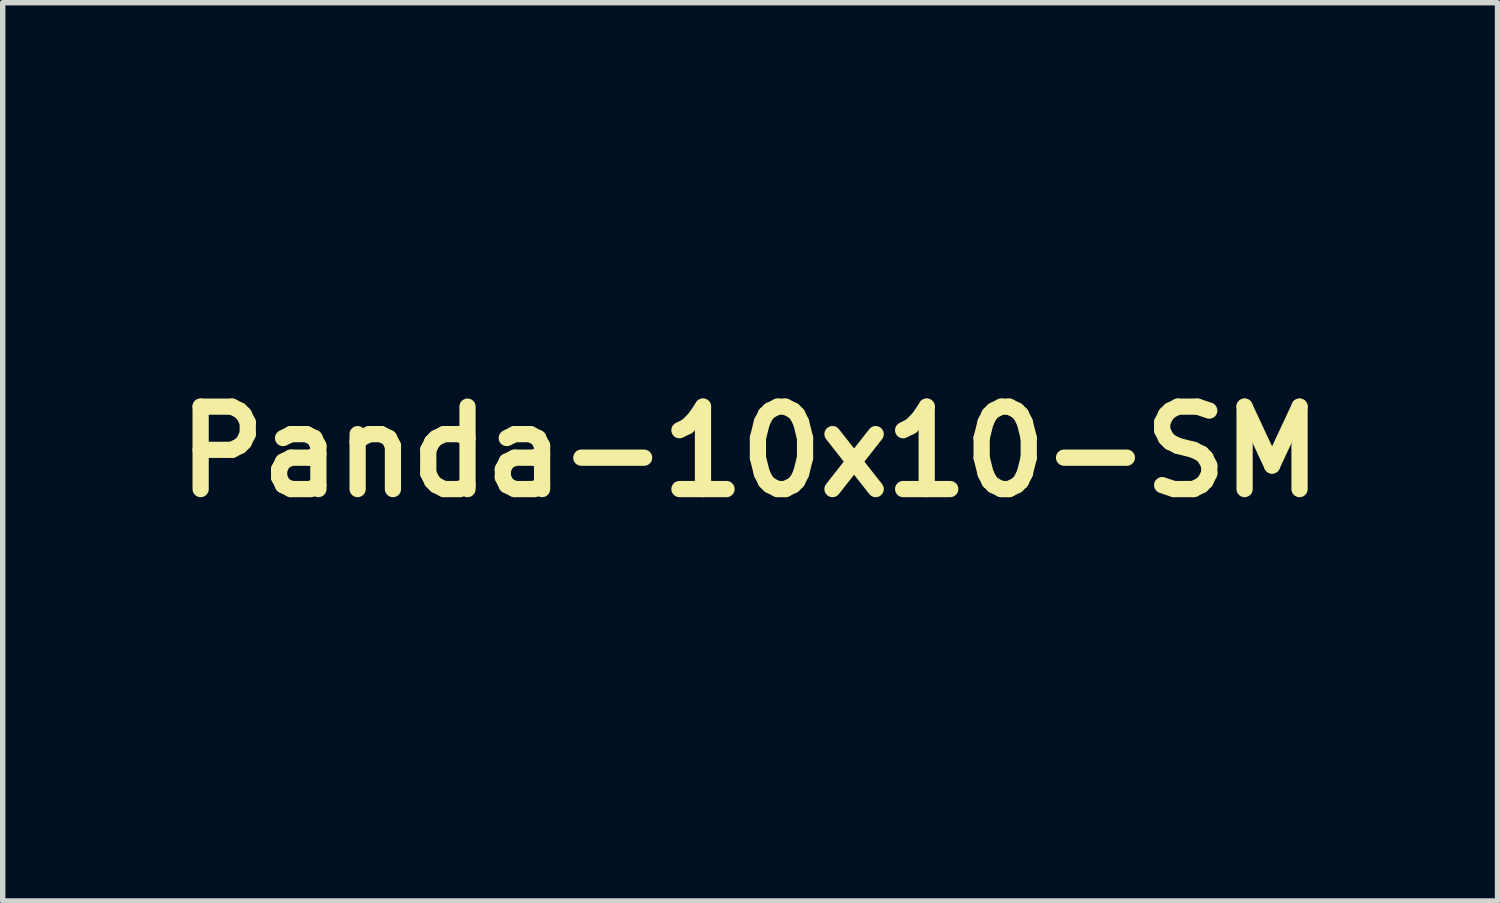
<source format=kicad_pcb>
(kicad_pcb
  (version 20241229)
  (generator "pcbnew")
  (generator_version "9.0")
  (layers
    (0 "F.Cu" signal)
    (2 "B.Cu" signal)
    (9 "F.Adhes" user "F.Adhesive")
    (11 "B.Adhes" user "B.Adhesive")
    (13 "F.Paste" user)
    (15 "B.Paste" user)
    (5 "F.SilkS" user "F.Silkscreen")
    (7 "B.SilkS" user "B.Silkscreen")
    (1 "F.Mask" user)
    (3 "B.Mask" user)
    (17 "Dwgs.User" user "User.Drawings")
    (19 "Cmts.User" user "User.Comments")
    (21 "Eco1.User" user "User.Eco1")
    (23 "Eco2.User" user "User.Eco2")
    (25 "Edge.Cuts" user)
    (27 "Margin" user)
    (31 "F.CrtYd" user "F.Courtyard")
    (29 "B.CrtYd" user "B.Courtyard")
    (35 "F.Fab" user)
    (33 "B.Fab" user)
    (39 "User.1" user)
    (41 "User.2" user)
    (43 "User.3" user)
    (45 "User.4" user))
  (footprint "Panda-10x10-SM"
    (layer "F.Cu")
    (at 10.82 5.304)
    (property "Reference" "Panda-10x10-SM" (at 0 0 0) (layer "F.SilkS") (effects (font (size 1.524 1.524) (thickness 0.3))))
    (attr through_hole)
    (fp_poly (pts (xy 0.514 0.408) (xy 0.6 0.413) (xy 0.684 0.421) (xy 0.766 0.431) (xy 0.844 0.444) (xy 0.918 0.459) (xy 0.987 0.477) (xy 1.049 0.496) (xy 1.105 0.517) (xy 1.152 0.539) (xy 1.191 0.563) (xy 1.219 0.588) (xy 1.224 0.593) (xy 1.243 0.625) (xy 1.253 0.658) (xy 1.254 0.693) (xy 1.246 0.728) (xy 1.23 0.762) (xy 1.206 0.794) (xy 1.176 0.822) (xy 1.141 0.845) (xy 1.099 0.863) (xy 1.072 0.87) (xy 1.049 0.874) (xy 1.028 0.877) (xy 1.014 0.878) (xy 0.986 0.881) (xy 0.95 0.892) (xy 0.906 0.91) (xy 0.855 0.934) (xy 0.795 0.966) (xy 0.728 1.005) (xy 0.726 1.006) (xy 0.686 1.029) (xy 0.654 1.047) (xy 0.63 1.058) (xy 0.615 1.062) (xy 0.6 1.064) (xy 0.59 1.061) (xy 0.581 1.053) (xy 0.575 1.045) (xy 0.563 1.031) (xy 0.548 1.011) (xy 0.532 0.99) (xy 0.529 0.986) (xy 0.5 0.953) (xy 0.464 0.92) (xy 0.421 0.886) (xy 0.369 0.851) (xy 0.308 0.815) (xy 0.246 0.781) (xy 0.201 0.758) (xy 0.166 0.738) (xy 0.137 0.721) (xy 0.114 0.706) (xy 0.095 0.692) (xy 0.078 0.677) (xy 0.068 0.666) (xy 0.044 0.635) (xy 0.03 0.604) (xy 0.028 0.583) (xy 0.031 0.567) (xy 0.04 0.545) (xy 0.053 0.522) (xy 0.069 0.5) (xy 0.077 0.49) (xy 0.099 0.469) (xy 0.125 0.451) (xy 0.157 0.437) (xy 0.194 0.426) (xy 0.238 0.417) (xy 0.291 0.412) (xy 0.352 0.408) (xy 0.423 0.407) (xy 0.428 0.407) (xy 0.514 0.408)) (stroke (width 0.01) (type solid)) (fill yes) (layer "F.Mask"))
    (fp_poly (pts (xy 2.166 -1.544) (xy 2.181 -1.541) (xy 2.252 -1.52) (xy 2.325 -1.49) (xy 2.396 -1.451) (xy 2.466 -1.404) (xy 2.533 -1.351) (xy 2.594 -1.292) (xy 2.611 -1.274) (xy 2.67 -1.199) (xy 2.722 -1.116) (xy 2.765 -1.027) (xy 2.8 -0.931) (xy 2.827 -0.829) (xy 2.844 -0.72) (xy 2.853 -0.606) (xy 2.854 -0.487) (xy 2.849 -0.4) (xy 2.838 -0.306) (xy 2.819 -0.22) (xy 2.793 -0.142) (xy 2.76 -0.071) (xy 2.719 -0.008) (xy 2.67 0.048) (xy 2.613 0.098) (xy 2.579 0.122) (xy 2.513 0.162) (xy 2.448 0.194) (xy 2.385 0.218) (xy 2.323 0.234) (xy 2.266 0.241) (xy 2.213 0.24) (xy 2.185 0.235) (xy 2.149 0.224) (xy 2.109 0.205) (xy 2.067 0.18) (xy 2.025 0.152) (xy 1.987 0.122) (xy 1.955 0.09) (xy 1.95 0.085) (xy 1.925 0.054) (xy 1.898 0.016) (xy 1.869 -0.031) (xy 1.838 -0.086) (xy 1.804 -0.15) (xy 1.773 -0.213) (xy 1.729 -0.302) (xy 1.691 -0.383) (xy 1.657 -0.456) (xy 1.629 -0.521) (xy 1.604 -0.581) (xy 1.584 -0.635) (xy 1.567 -0.684) (xy 1.553 -0.729) (xy 1.55 -0.741) (xy 1.544 -0.767) (xy 1.539 -0.788) (xy 1.536 -0.808) (xy 1.534 -0.829) (xy 1.533 -0.853) (xy 1.533 -0.884) (xy 1.533 -0.903) (xy 1.533 -0.935) (xy 2.036 -0.935) (xy 2.04 -0.895) (xy 2.051 -0.856) (xy 2.057 -0.842) (xy 2.077 -0.808) (xy 2.101 -0.783) (xy 2.129 -0.768) (xy 2.157 -0.762) (xy 2.187 -0.766) (xy 2.206 -0.775) (xy 2.233 -0.796) (xy 2.256 -0.826) (xy 2.272 -0.861) (xy 2.282 -0.901) (xy 2.285 -0.942) (xy 2.28 -0.984) (xy 2.268 -1.023) (xy 2.267 -1.026) (xy 2.246 -1.061) (xy 2.222 -1.088) (xy 2.195 -1.105) (xy 2.165 -1.112) (xy 2.137 -1.109) (xy 2.108 -1.096) (xy 2.084 -1.075) (xy 2.064 -1.046) (xy 2.049 -1.012) (xy 2.04 -0.974) (xy 2.036 -0.935) (xy 1.533 -0.935) (xy 1.533 -0.938) (xy 1.533 -0.964) (xy 1.534 -0.984) (xy 1.536 -1.001) (xy 1.54 -1.016) (xy 1.544 -1.032) (xy 1.548 -1.044) (xy 1.566 -1.091) (xy 1.589 -1.139) (xy 1.617 -1.19) (xy 1.647 -1.238) (xy 1.701 -1.315) (xy 1.755 -1.38) (xy 1.81 -1.435) (xy 1.865 -1.479) (xy 1.922 -1.513) (xy 1.98 -1.536) (xy 2.04 -1.549) (xy 2.102 -1.551) (xy 2.166 -1.544)) (stroke (width 0.01) (type solid)) (fill yes) (layer "F.Mask"))
    (fp_poly (pts (xy -0.219 -1.857) (xy -0.179 -1.855) (xy -0.145 -1.85) (xy -0.137 -1.848) (xy -0.072 -1.827) (xy -0.011 -1.797) (xy 0.045 -1.757) (xy 0.092 -1.714) (xy 0.136 -1.666) (xy 0.173 -1.614) (xy 0.204 -1.558) (xy 0.231 -1.496) (xy 0.253 -1.426) (xy 0.27 -1.349) (xy 0.281 -1.286) (xy 0.29 -1.218) (xy 0.297 -1.161) (xy 0.301 -1.113) (xy 0.301 -1.075) (xy 0.299 -1.048) (xy 0.299 -1.043) (xy 0.295 -1.025) (xy 0.29 -1.008) (xy 0.284 -0.992) (xy 0.276 -0.975) (xy 0.265 -0.957) (xy 0.251 -0.936) (xy 0.233 -0.911) (xy 0.21 -0.881) (xy 0.182 -0.846) (xy 0.147 -0.804) (xy 0.125 -0.776) (xy 0.085 -0.728) (xy 0.051 -0.686) (xy 0.022 -0.65) (xy -0.003 -0.618) (xy -0.025 -0.59) (xy -0.045 -0.563) (xy -0.065 -0.536) (xy -0.073 -0.524) (xy -0.089 -0.504) (xy -0.112 -0.478) (xy -0.14 -0.449) (xy -0.172 -0.418) (xy -0.205 -0.386) (xy -0.238 -0.356) (xy -0.27 -0.328) (xy -0.299 -0.305) (xy -0.303 -0.302) (xy -0.346 -0.271) (xy -0.386 -0.246) (xy -0.424 -0.226) (xy -0.464 -0.21) (xy -0.481 -0.203) (xy -0.505 -0.196) (xy -0.526 -0.19) (xy -0.547 -0.187) (xy -0.572 -0.185) (xy -0.602 -0.184) (xy -0.636 -0.184) (xy -0.662 -0.184) (xy -0.683 -0.187) (xy -0.704 -0.191) (xy -0.711 -0.193) (xy -0.784 -0.218) (xy -0.851 -0.252) (xy -0.911 -0.296) (xy -0.965 -0.348) (xy -1.013 -0.409) (xy -1.048 -0.468) (xy -1.081 -0.539) (xy -1.106 -0.61) (xy -1.124 -0.683) (xy -1.134 -0.76) (xy -1.137 -0.844) (xy -1.137 -0.85) (xy -1.132 -0.956) (xy -1.116 -1.058) (xy -1.09 -1.157) (xy -1.053 -1.253) (xy -1.045 -1.268) (xy -0.528 -1.268) (xy -0.528 -1.222) (xy -0.52 -1.179) (xy -0.506 -1.139) (xy -0.486 -1.105) (xy -0.461 -1.078) (xy -0.442 -1.065) (xy -0.42 -1.058) (xy -0.394 -1.056) (xy -0.368 -1.059) (xy -0.346 -1.067) (xy -0.344 -1.069) (xy -0.315 -1.097) (xy -0.293 -1.132) (xy -0.277 -1.172) (xy -0.269 -1.215) (xy -0.266 -1.26) (xy -0.271 -1.305) (xy -0.283 -1.347) (xy -0.301 -1.385) (xy -0.327 -1.417) (xy -0.329 -1.419) (xy -0.357 -1.439) (xy -0.386 -1.448) (xy -0.414 -1.448) (xy -0.442 -1.438) (xy -0.467 -1.419) (xy -0.489 -1.392) (xy -0.508 -1.356) (xy -0.522 -1.314) (xy -0.522 -1.313) (xy -0.528 -1.268) (xy -1.045 -1.268) (xy -1.017 -1.324) (xy -0.962 -1.416) (xy -0.9 -1.501) (xy -0.831 -1.578) (xy -0.758 -1.648) (xy -0.679 -1.708) (xy -0.596 -1.76) (xy -0.51 -1.803) (xy -0.421 -1.835) (xy -0.381 -1.845) (xy -0.347 -1.852) (xy -0.307 -1.856) (xy -0.263 -1.857) (xy -0.219 -1.857)) (stroke (width 0.01) (type solid)) (fill yes) (layer "F.Mask"))
    (fp_poly (pts (xy 3.389 -4.732) (xy 3.475 -4.726) (xy 3.558 -4.714) (xy 3.636 -4.696) (xy 3.707 -4.673) (xy 3.716 -4.669) (xy 3.777 -4.639) (xy 3.84 -4.6) (xy 3.904 -4.552) (xy 3.967 -4.497) (xy 4.03 -4.435) (xy 4.09 -4.367) (xy 4.147 -4.294) (xy 4.2 -4.218) (xy 4.248 -4.139) (xy 4.276 -4.087) (xy 4.315 -4.006) (xy 4.344 -3.93) (xy 4.366 -3.86) (xy 4.379 -3.794) (xy 4.383 -3.732) (xy 4.379 -3.673) (xy 4.368 -3.617) (xy 4.363 -3.6) (xy 4.344 -3.55) (xy 4.319 -3.494) (xy 4.288 -3.434) (xy 4.254 -3.372) (xy 4.217 -3.311) (xy 4.178 -3.252) (xy 4.164 -3.234) (xy 4.126 -3.183) (xy 4.086 -3.133) (xy 4.043 -3.084) (xy 4.001 -3.038) (xy 3.959 -2.997) (xy 3.92 -2.96) (xy 3.883 -2.929) (xy 3.85 -2.906) (xy 3.833 -2.897) (xy 3.812 -2.888) (xy 3.783 -2.879) (xy 3.747 -2.872) (xy 3.703 -2.865) (xy 3.649 -2.858) (xy 3.596 -2.852) (xy 3.558 -2.848) (xy 3.524 -2.845) (xy 3.495 -2.842) (xy 3.472 -2.84) (xy 3.457 -2.838) (xy 3.452 -2.838) (xy 3.446 -2.842) (xy 3.433 -2.853) (xy 3.414 -2.87) (xy 3.39 -2.893) (xy 3.361 -2.921) (xy 3.328 -2.953) (xy 3.293 -2.989) (xy 3.285 -2.996) (xy 3.206 -3.074) (xy 3.133 -3.145) (xy 3.065 -3.208) (xy 3 -3.265) (xy 2.937 -3.318) (xy 2.876 -3.366) (xy 2.816 -3.41) (xy 2.797 -3.424) (xy 2.782 -3.433) (xy 2.759 -3.448) (xy 2.729 -3.467) (xy 2.692 -3.49) (xy 2.651 -3.515) (xy 2.606 -3.542) (xy 2.559 -3.571) (xy 2.51 -3.6) (xy 2.507 -3.602) (xy 2.432 -3.647) (xy 2.366 -3.687) (xy 2.309 -3.721) (xy 2.261 -3.751) (xy 2.222 -3.775) (xy 2.191 -3.795) (xy 2.168 -3.811) (xy 2.153 -3.821) (xy 2.146 -3.828) (xy 2.146 -3.83) (xy 2.151 -3.83) (xy 2.16 -3.827) (xy 2.175 -3.82) (xy 2.197 -3.81) (xy 2.225 -3.797) (xy 2.26 -3.779) (xy 2.304 -3.757) (xy 2.356 -3.731) (xy 2.417 -3.7) (xy 2.424 -3.696) (xy 2.479 -3.668) (xy 2.526 -3.644) (xy 2.566 -3.626) (xy 2.599 -3.611) (xy 2.629 -3.6) (xy 2.654 -3.591) (xy 2.678 -3.586) (xy 2.701 -3.582) (xy 2.724 -3.58) (xy 2.728 -3.58) (xy 2.754 -3.578) (xy 2.772 -3.579) (xy 2.786 -3.581) (xy 2.797 -3.585) (xy 2.803 -3.588) (xy 2.83 -3.606) (xy 2.852 -3.631) (xy 2.868 -3.663) (xy 2.877 -3.694) (xy 2.882 -3.719) (xy 2.884 -3.754) (xy 2.885 -3.797) (xy 2.883 -3.846) (xy 2.881 -3.901) (xy 2.876 -3.96) (xy 2.87 -4.021) (xy 2.869 -4.028) (xy 2.863 -4.088) (xy 2.857 -4.139) (xy 2.853 -4.182) (xy 2.849 -4.218) (xy 2.847 -4.249) (xy 2.845 -4.275) (xy 2.844 -4.3) (xy 2.844 -4.324) (xy 2.844 -4.348) (xy 2.845 -4.374) (xy 2.845 -4.378) (xy 2.849 -4.444) (xy 2.857 -4.5) (xy 2.87 -4.547) (xy 2.888 -4.587) (xy 2.911 -4.62) (xy 2.942 -4.648) (xy 2.979 -4.67) (xy 3.025 -4.689) (xy 3.062 -4.701) (xy 3.137 -4.718) (xy 3.218 -4.729) (xy 3.302 -4.733) (xy 3.389 -4.732)) (stroke (width 0.01) (type solid)) (fill yes) (layer "F.Mask"))
    (fp_poly (pts (xy -0.652 -5.298) (xy -0.626 -5.296) (xy -0.604 -5.293) (xy -0.583 -5.289) (xy -0.559 -5.282) (xy -0.538 -5.276) (xy -0.449 -5.243) (xy -0.366 -5.202) (xy -0.289 -5.153) (xy -0.218 -5.095) (xy -0.152 -5.027) (xy -0.091 -4.951) (xy -0.034 -4.865) (xy 0.013 -4.779) (xy 0.034 -4.735) (xy 0.052 -4.696) (xy 0.068 -4.658) (xy 0.083 -4.617) (xy 0.094 -4.586) (xy 0.116 -4.515) (xy 0.134 -4.445) (xy 0.149 -4.377) (xy 0.158 -4.312) (xy 0.163 -4.252) (xy 0.164 -4.197) (xy 0.16 -4.149) (xy 0.152 -4.11) (xy 0.143 -4.089) (xy 0.139 -4.081) (xy 0.134 -4.074) (xy 0.126 -4.066) (xy 0.116 -4.057) (xy 0.102 -4.046) (xy 0.084 -4.034) (xy 0.06 -4.019) (xy 0.031 -4.001) (xy -0.005 -3.98) (xy -0.047 -3.955) (xy -0.098 -3.926) (xy -0.158 -3.892) (xy -0.177 -3.881) (xy -0.254 -3.836) (xy -0.322 -3.797) (xy -0.383 -3.761) (xy -0.438 -3.728) (xy -0.488 -3.697) (xy -0.535 -3.668) (xy -0.578 -3.639) (xy -0.621 -3.611) (xy -0.663 -3.582) (xy -0.707 -3.551) (xy -0.752 -3.519) (xy -0.754 -3.517) (xy -0.795 -3.488) (xy -0.829 -3.464) (xy -0.858 -3.445) (xy -0.883 -3.429) (xy -0.907 -3.416) (xy -0.931 -3.404) (xy -0.953 -3.394) (xy -1.003 -3.374) (xy -1.048 -3.362) (xy -1.09 -3.356) (xy -1.11 -3.355) (xy -1.148 -3.358) (xy -1.178 -3.369) (xy -1.2 -3.388) (xy -1.206 -3.395) (xy -1.224 -3.416) (xy -1.245 -3.428) (xy -1.272 -3.432) (xy -1.276 -3.432) (xy -1.309 -3.427) (xy -1.343 -3.412) (xy -1.379 -3.388) (xy -1.418 -3.355) (xy -1.458 -3.311) (xy -1.5 -3.258) (xy -1.544 -3.195) (xy -1.591 -3.121) (xy -1.639 -3.037) (xy -1.691 -2.943) (xy -1.744 -2.838) (xy -1.772 -2.782) (xy -1.824 -2.672) (xy -1.872 -2.565) (xy -1.915 -2.462) (xy -1.952 -2.365) (xy -1.984 -2.273) (xy -2.01 -2.189) (xy -2.021 -2.148) (xy -2.044 -2.043) (xy -2.064 -1.932) (xy -2.08 -1.815) (xy -2.091 -1.695) (xy -2.099 -1.572) (xy -2.103 -1.448) (xy -2.103 -1.325) (xy -2.098 -1.205) (xy -2.09 -1.088) (xy -2.078 -0.976) (xy -2.062 -0.87) (xy -2.041 -0.773) (xy -2.03 -0.729) (xy -2.008 -0.658) (xy -1.981 -0.581) (xy -1.949 -0.501) (xy -1.914 -0.421) (xy -1.877 -0.342) (xy -1.839 -0.269) (xy -1.811 -0.217) (xy -1.745 -0.114) (xy -1.673 -0.017) (xy -1.595 0.075) (xy -1.509 0.162) (xy -1.415 0.245) (xy -1.312 0.325) (xy -1.2 0.402) (xy -1.104 0.461) (xy -1.062 0.486) (xy -1.019 0.509) (xy -0.977 0.531) (xy -0.937 0.55) (xy -0.902 0.566) (xy -0.873 0.578) (xy -0.851 0.584) (xy -0.848 0.585) (xy -0.738 0.611) (xy -0.636 0.646) (xy -0.54 0.689) (xy -0.45 0.741) (xy -0.368 0.802) (xy -0.292 0.872) (xy -0.222 0.951) (xy -0.166 1.027) (xy -0.145 1.061) (xy -0.121 1.101) (xy -0.097 1.145) (xy -0.074 1.189) (xy -0.054 1.231) (xy -0.037 1.267) (xy -0.033 1.277) (xy -0.025 1.295) (xy -0.016 1.31) (xy -0.01 1.316) (xy -0.003 1.325) (xy -0.000092 1.34) (xy 0.000121 1.347) (xy 0.006 1.38) (xy 0.021 1.414) (xy 0.039 1.438) (xy 0.049 1.45) (xy 0.053 1.458) (xy 0.051 1.464) (xy 0.048 1.468) (xy 0.043 1.474) (xy 0.042 1.48) (xy 0.042 1.49) (xy 0.045 1.506) (xy 0.051 1.53) (xy 0.063 1.582) (xy 0.13 1.649) (xy 0.174 1.691) (xy 0.213 1.725) (xy 0.249 1.752) (xy 0.282 1.772) (xy 0.299 1.78) (xy 0.315 1.787) (xy 0.331 1.793) (xy 0.347 1.797) (xy 0.365 1.801) (xy 0.387 1.804) (xy 0.412 1.806) (xy 0.443 1.807) (xy 0.481 1.808) (xy 0.528 1.808) (xy 0.583 1.808) (xy 0.596 1.808) (xy 0.656 1.808) (xy 0.706 1.808) (xy 0.748 1.807) (xy 0.782 1.805) (xy 0.811 1.803) (xy 0.835 1.8) (xy 0.855 1.795) (xy 0.874 1.79) (xy 0.893 1.783) (xy 0.912 1.774) (xy 0.921 1.769) (xy 0.946 1.755) (xy 0.97 1.738) (xy 0.995 1.716) (xy 1.01 1.701) (xy 1.029 1.681) (xy 1.046 1.662) (xy 1.059 1.647) (xy 1.065 1.637) (xy 1.069 1.629) (xy 1.074 1.623) (xy 1.082 1.62) (xy 1.097 1.617) (xy 1.12 1.614) (xy 1.123 1.613) (xy 1.15 1.61) (xy 1.179 1.605) (xy 1.203 1.602) (xy 1.208 1.601) (xy 1.227 1.597) (xy 1.239 1.592) (xy 1.247 1.584) (xy 1.256 1.571) (xy 1.257 1.569) (xy 1.268 1.551) (xy 1.282 1.529) (xy 1.296 1.508) (xy 1.307 1.491) (xy 1.315 1.478) (xy 1.318 1.471) (xy 1.318 1.471) (xy 1.312 1.471) (xy 1.298 1.473) (xy 1.283 1.476) (xy 1.205 1.493) (xy 1.118 1.506) (xy 1.02 1.515) (xy 0.912 1.52) (xy 0.82 1.521) (xy 0.769 1.52) (xy 0.726 1.52) (xy 0.688 1.519) (xy 0.653 1.517) (xy 0.62 1.514) (xy 0.585 1.509) (xy 0.548 1.503) (xy 0.505 1.496) (xy 0.455 1.486) (xy 0.417 1.479) (xy 0.36 1.467) (xy 0.312 1.457) (xy 0.272 1.447) (xy 0.239 1.437) (xy 0.211 1.426) (xy 0.187 1.415) (xy 0.165 1.403) (xy 0.155 1.396) (xy 0.129 1.377) (xy 0.114 1.36) (xy 0.109 1.344) (xy 0.112 1.328) (xy 0.113 1.326) (xy 0.124 1.313) (xy 0.136 1.304) (xy 0.151 1.3) (xy 0.174 1.294) (xy 0.204 1.286) (xy 0.239 1.278) (xy 0.277 1.27) (xy 0.316 1.262) (xy 0.354 1.254) (xy 0.389 1.248) (xy 0.419 1.242) (xy 0.442 1.239) (xy 0.453 1.238) (xy 0.479 1.236) (xy 0.504 1.236) (xy 0.529 1.238) (xy 0.555 1.241) (xy 0.583 1.247) (xy 0.615 1.256) (xy 0.651 1.267) (xy 0.694 1.282) (xy 0.745 1.301) (xy 0.803 1.323) (xy 0.82 1.33) (xy 0.893 1.357) (xy 0.957 1.38) (xy 1.012 1.399) (xy 1.059 1.414) (xy 1.099 1.424) (xy 1.13 1.431) (xy 1.165 1.434) (xy 1.204 1.435) (xy 1.243 1.432) (xy 1.278 1.426) (xy 1.298 1.42) (xy 1.332 1.403) (xy 1.368 1.38) (xy 1.406 1.35) (xy 1.443 1.316) (xy 1.443 1.315) (xy 1.462 1.297) (xy 1.474 1.286) (xy 1.483 1.281) (xy 1.489 1.281) (xy 1.492 1.282) (xy 1.499 1.283) (xy 1.508 1.28) (xy 1.521 1.273) (xy 1.541 1.26) (xy 1.547 1.255) (xy 1.592 1.224) (xy 1.556 1.194) (xy 1.58 1.174) (xy 1.634 1.134) (xy 1.693 1.1) (xy 1.755 1.075) (xy 1.786 1.066) (xy 1.806 1.061) (xy 1.835 1.056) (xy 1.868 1.051) (xy 1.905 1.045) (xy 1.935 1.041) (xy 1.975 1.036) (xy 2.006 1.031) (xy 2.031 1.028) (xy 2.055 1.024) (xy 2.078 1.019) (xy 2.105 1.014) (xy 2.137 1.007) (xy 2.167 1) (xy 2.198 0.994) (xy 2.236 0.987) (xy 2.278 0.98) (xy 2.322 0.973) (xy 2.363 0.967) (xy 2.363 0.967) (xy 2.408 0.96) (xy 2.444 0.955) (xy 2.472 0.949) (xy 2.494 0.943) (xy 2.512 0.937) (xy 2.528 0.929) (xy 2.543 0.919) (xy 2.552 0.913) (xy 2.591 0.891) (xy 2.637 0.876) (xy 2.671 0.87) (xy 2.701 0.865) (xy 2.731 0.857) (xy 2.764 0.845) (xy 2.802 0.827) (xy 2.82 0.818) (xy 2.885 0.781) (xy 2.955 0.736) (xy 3.026 0.684) (xy 3.099 0.627) (xy 3.171 0.566) (xy 3.241 0.503) (xy 3.306 0.438) (xy 3.366 0.373) (xy 3.419 0.31) (xy 3.436 0.288) (xy 3.464 0.248) (xy 3.487 0.206) (xy 3.506 0.163) (xy 3.521 0.117) (xy 3.532 0.066) (xy 3.54 0.01) (xy 3.545 -0.055) (xy 3.547 -0.128) (xy 3.547 -0.16) (xy 3.543 -0.301) (xy 3.532 -0.449) (xy 3.514 -0.604) (xy 3.489 -0.767) (xy 3.457 -0.937) (xy 3.418 -1.115) (xy 3.372 -1.301) (xy 3.325 -1.472) (xy 3.3 -1.562) (xy 3.278 -1.643) (xy 3.26 -1.715) (xy 3.244 -1.78) (xy 3.232 -1.838) (xy 3.223 -1.89) (xy 3.217 -1.936) (xy 3.213 -1.979) (xy 3.212 -2.018) (xy 3.212 -2.018) (xy 3.211 -2.048) (xy 3.212 -2.069) (xy 3.213 -2.085) (xy 3.216 -2.097) (xy 3.221 -2.11) (xy 3.228 -2.125) (xy 3.229 -2.127) (xy 3.244 -2.152) (xy 3.267 -2.182) (xy 3.295 -2.214) (xy 3.328 -2.248) (xy 3.363 -2.281) (xy 3.399 -2.311) (xy 3.411 -2.321) (xy 3.473 -2.365) (xy 3.537 -2.405) (xy 3.601 -2.441) (xy 3.666 -2.471) (xy 3.728 -2.496) (xy 3.787 -2.514) (xy 3.841 -2.525) (xy 3.862 -2.527) (xy 3.89 -2.527) (xy 3.919 -2.524) (xy 3.95 -2.516) (xy 3.986 -2.504) (xy 4.027 -2.487) (xy 4.072 -2.465) (xy 4.159 -2.418) (xy 4.248 -2.36) (xy 4.336 -2.294) (xy 4.423 -2.218) (xy 4.509 -2.135) (xy 4.593 -2.045) (xy 4.673 -1.948) (xy 4.75 -1.846) (xy 4.791 -1.786) (xy 4.835 -1.717) (xy 4.878 -1.646) (xy 4.918 -1.575) (xy 4.954 -1.505) (xy 4.985 -1.437) (xy 5.011 -1.375) (xy 5.03 -1.323) (xy 5.038 -1.297) (xy 5.045 -1.272) (xy 5.05 -1.248) (xy 5.055 -1.223) (xy 5.059 -1.196) (xy 5.061 -1.165) (xy 5.063 -1.129) (xy 5.065 -1.087) (xy 5.066 -1.037) (xy 5.067 -0.978) (xy 5.068 -0.953) (xy 5.068 -0.873) (xy 5.068 -0.803) (xy 5.067 -0.74) (xy 5.065 -0.682) (xy 5.063 -0.628) (xy 5.059 -0.575) (xy 5.053 -0.522) (xy 5.047 -0.467) (xy 5.046 -0.461) (xy 5.042 -0.429) (xy 5.038 -0.402) (xy 5.035 -0.377) (xy 5.03 -0.354) (xy 5.025 -0.33) (xy 5.018 -0.304) (xy 5.009 -0.274) (xy 4.998 -0.238) (xy 4.985 -0.195) (xy 4.973 -0.157) (xy 4.936 -0.041) (xy 4.9 0.066) (xy 4.867 0.164) (xy 4.835 0.253) (xy 4.803 0.336) (xy 4.772 0.411) (xy 4.741 0.481) (xy 4.71 0.546) (xy 4.678 0.608) (xy 4.644 0.666) (xy 4.608 0.722) (xy 4.571 0.776) (xy 4.53 0.83) (xy 4.487 0.884) (xy 4.44 0.939) (xy 4.389 0.996) (xy 4.375 1.012) (xy 4.349 1.041) (xy 4.33 1.062) (xy 4.317 1.077) (xy 4.309 1.087) (xy 4.306 1.093) (xy 4.307 1.095) (xy 4.312 1.096) (xy 4.314 1.095) (xy 4.326 1.095) (xy 4.347 1.099) (xy 4.376 1.106) (xy 4.414 1.117) (xy 4.434 1.123) (xy 4.472 1.135) (xy 4.501 1.144) (xy 4.522 1.15) (xy 4.536 1.155) (xy 4.545 1.158) (xy 4.549 1.16) (xy 4.55 1.161) (xy 4.55 1.162) (xy 4.549 1.162) (xy 4.543 1.162) (xy 4.528 1.16) (xy 4.507 1.155) (xy 4.482 1.149) (xy 4.478 1.148) (xy 4.421 1.134) (xy 4.375 1.124) (xy 4.339 1.116) (xy 4.314 1.111) (xy 4.299 1.109) (xy 4.298 1.109) (xy 4.288 1.113) (xy 4.271 1.125) (xy 4.247 1.145) (xy 4.22 1.169) (xy 4.107 1.269) (xy 3.985 1.367) (xy 3.854 1.463) (xy 3.716 1.555) (xy 3.573 1.642) (xy 3.425 1.725) (xy 3.274 1.802) (xy 3.122 1.873) (xy 2.969 1.936) (xy 2.818 1.992) (xy 2.673 2.037) (xy 2.64 2.047) (xy 2.598 2.058) (xy 2.549 2.071) (xy 2.494 2.085) (xy 2.436 2.099) (xy 2.376 2.114) (xy 2.317 2.129) (xy 2.259 2.143) (xy 2.205 2.155) (xy 2.156 2.167) (xy 2.153 2.167) (xy 2.104 2.178) (xy 2.057 2.189) (xy 2.012 2.198) (xy 1.966 2.207) (xy 1.92 2.215) (xy 1.872 2.224) (xy 1.819 2.232) (xy 1.762 2.241) (xy 1.698 2.25) (xy 1.627 2.26) (xy 1.546 2.272) (xy 1.502 2.278) (xy 1.402 2.292) (xy 1.313 2.305) (xy 1.234 2.318) (xy 1.163 2.33) (xy 1.1 2.342) (xy 1.045 2.355) (xy 0.997 2.368) (xy 0.954 2.381) (xy 0.917 2.395) (xy 0.884 2.41) (xy 0.856 2.425) (xy 0.83 2.443) (xy 0.807 2.461) (xy 0.797 2.47) (xy 0.771 2.497) (xy 0.749 2.525) (xy 0.729 2.558) (xy 0.712 2.597) (xy 0.695 2.643) (xy 0.679 2.697) (xy 0.669 2.734) (xy 0.659 2.772) (xy 0.652 2.808) (xy 0.646 2.843) (xy 0.641 2.878) (xy 0.637 2.917) (xy 0.635 2.961) (xy 0.633 3.011) (xy 0.631 3.068) (xy 0.631 3.168) (xy 0.633 3.272) (xy 0.639 3.377) (xy 0.648 3.482) (xy 0.659 3.583) (xy 0.673 3.679) (xy 0.689 3.766) (xy 0.692 3.782) (xy 0.705 3.836) (xy 0.72 3.897) (xy 0.739 3.965) (xy 0.759 4.036) (xy 0.78 4.109) (xy 0.803 4.182) (xy 0.825 4.252) (xy 0.847 4.317) (xy 0.862 4.359) (xy 0.877 4.401) (xy 0.889 4.435) (xy 0.899 4.461) (xy 0.908 4.483) (xy 0.916 4.501) (xy 0.924 4.518) (xy 0.934 4.535) (xy 0.943 4.552) (xy 0.966 4.598) (xy 0.987 4.65) (xy 1.006 4.706) (xy 1.02 4.762) (xy 1.031 4.818) (xy 1.037 4.869) (xy 1.037 4.913) (xy 1.037 4.915) (xy 1.029 4.956) (xy 1.013 4.994) (xy 0.987 5.029) (xy 0.952 5.062) (xy 0.906 5.094) (xy 0.85 5.123) (xy 0.848 5.125) (xy 0.807 5.142) (xy 0.757 5.161) (xy 0.699 5.18) (xy 0.636 5.199) (xy 0.569 5.218) (xy 0.499 5.236) (xy 0.429 5.253) (xy 0.359 5.268) (xy 0.293 5.281) (xy 0.231 5.291) (xy 0.226 5.292) (xy 0.191 5.296) (xy 0.153 5.299) (xy 0.115 5.3) (xy 0.08 5.3) (xy 0.049 5.298) (xy 0.025 5.295) (xy 0.015 5.292) (xy -0.001 5.285) (xy -0.021 5.275) (xy -0.037 5.265) (xy -0.055 5.256) (xy -0.076 5.247) (xy -0.099 5.239) (xy -0.129 5.231) (xy -0.164 5.222) (xy -0.208 5.214) (xy -0.262 5.204) (xy -0.262 5.204) (xy -0.324 5.193) (xy -0.376 5.182) (xy -0.422 5.17) (xy -0.463 5.158) (xy -0.502 5.144) (xy -0.54 5.127) (xy -0.57 5.113) (xy -0.604 5.097) (xy -0.635 5.084) (xy -0.659 5.075) (xy -0.674 5.072) (xy -0.7 5.065) (xy -0.734 5.051) (xy -0.773 5.032) (xy -0.818 5.006) (xy -0.868 4.976) (xy -0.921 4.941) (xy -0.976 4.903) (xy -1.033 4.862) (xy -1.09 4.818) (xy -1.148 4.773) (xy -1.204 4.726) (xy -1.258 4.68) (xy -1.309 4.633) (xy -1.328 4.616) (xy -1.378 4.563) (xy -1.432 4.501) (xy -1.489 4.428) (xy -1.55 4.344) (xy -1.613 4.25) (xy -1.681 4.145) (xy -1.738 4.053) (xy -1.77 3.998) (xy -1.801 3.946) (xy -1.831 3.894) (xy -1.86 3.843) (xy -1.888 3.79) (xy -1.917 3.736) (xy -1.947 3.678) (xy -1.978 3.616) (xy -2.012 3.548) (xy -2.047 3.475) (xy -2.086 3.394) (xy -2.128 3.305) (xy -2.161 3.236) (xy -2.2 3.153) (xy -2.234 3.079) (xy -2.264 3.013) (xy -2.291 2.956) (xy -2.313 2.906) (xy -2.333 2.862) (xy -2.349 2.824) (xy -2.363 2.791) (xy -2.374 2.763) (xy -2.383 2.738) (xy -2.39 2.716) (xy -2.395 2.697) (xy -2.4 2.679) (xy -2.402 2.67) (xy -2.418 2.614) (xy -2.445 2.562) (xy -2.481 2.514) (xy -2.503 2.492) (xy -2.53 2.469) (xy -2.552 2.454) (xy -2.57 2.448) (xy -2.587 2.449) (xy -2.589 2.449) (xy -2.604 2.46) (xy -2.616 2.481) (xy -2.625 2.509) (xy -2.63 2.545) (xy -2.632 2.586) (xy -2.63 2.633) (xy -2.629 2.642) (xy -2.626 2.665) (xy -2.623 2.688) (xy -2.619 2.713) (xy -2.613 2.739) (xy -2.606 2.769) (xy -2.597 2.804) (xy -2.586 2.845) (xy -2.573 2.893) (xy -2.556 2.95) (xy -2.543 2.995) (xy -2.516 3.087) (xy -2.492 3.17) (xy -2.472 3.243) (xy -2.454 3.309) (xy -2.439 3.367) (xy -2.427 3.418) (xy -2.417 3.463) (xy -2.409 3.504) (xy -2.404 3.539) (xy -2.4 3.572) (xy -2.398 3.601) (xy -2.398 3.628) (xy -2.399 3.654) (xy -2.401 3.674) (xy -2.41 3.719) (xy -2.424 3.758) (xy -2.445 3.793) (xy -2.472 3.823) (xy -2.508 3.85) (xy -2.552 3.873) (xy -2.606 3.894) (xy -2.669 3.913) (xy -2.724 3.926) (xy -2.78 3.937) (xy -2.83 3.945) (xy -2.88 3.951) (xy -2.931 3.954) (xy -2.989 3.956) (xy -3.026 3.956) (xy -3.154 3.951) (xy -3.277 3.938) (xy -3.395 3.917) (xy -3.507 3.888) (xy -3.613 3.85) (xy -3.712 3.805) (xy -3.803 3.751) (xy -3.843 3.724) (xy -3.919 3.663) (xy -3.995 3.592) (xy -4.07 3.51) (xy -4.143 3.419) (xy -4.214 3.317) (xy -4.284 3.207) (xy -4.352 3.087) (xy -4.413 2.967) (xy -4.425 2.942) (xy -4.44 2.908) (xy -4.458 2.867) (xy -4.479 2.821) (xy -4.501 2.769) (xy -4.525 2.714) (xy -4.549 2.657) (xy -4.574 2.599) (xy -4.598 2.542) (xy -4.622 2.485) (xy -4.644 2.431) (xy -4.665 2.381) (xy -4.683 2.336) (xy -4.699 2.296) (xy -4.711 2.265) (xy -4.719 2.241) (xy -4.721 2.236) (xy -4.731 2.203) (xy -4.741 2.168) (xy -4.748 2.135) (xy -4.753 2.106) (xy -4.754 2.086) (xy -4.758 2.051) (xy -4.769 2.01) (xy -4.785 1.963) (xy -4.801 1.929) (xy -4.81 1.908) (xy -4.818 1.887) (xy -4.826 1.866) (xy -4.832 1.845) (xy -4.838 1.821) (xy -4.843 1.794) (xy -4.847 1.763) (xy -4.85 1.728) (xy -4.854 1.687) (xy -4.856 1.64) (xy -4.859 1.586) (xy -4.862 1.523) (xy -4.864 1.452) (xy -4.867 1.37) (xy -4.867 1.347) (xy -4.87 1.259) (xy -4.873 1.18) (xy -4.875 1.11) (xy -4.878 1.047) (xy -4.88 0.99) (xy -4.883 0.938) (xy -4.886 0.888) (xy -4.89 0.841) (xy -4.894 0.795) (xy -4.898 0.747) (xy -4.898 0.743) (xy -4.903 0.696) (xy -4.907 0.657) (xy -4.91 0.624) (xy -4.914 0.594) (xy -4.919 0.564) (xy -4.924 0.533) (xy -4.931 0.498) (xy -4.939 0.457) (xy -4.948 0.414) (xy -4.976 0.272) (xy -4.999 0.139) (xy -5.019 0.012) (xy -5.035 -0.111) (xy -5.048 -0.23) (xy -5.057 -0.35) (xy -5.063 -0.47) (xy -5.067 -0.594) (xy -5.067 -0.616) (xy -5.068 -0.692) (xy -5.068 -0.76) (xy -5.067 -0.821) (xy -5.065 -0.877) (xy -5.061 -0.93) (xy -5.056 -0.982) (xy -5.049 -1.034) (xy -5.04 -1.089) (xy -5.029 -1.148) (xy -5.015 -1.213) (xy -4.999 -1.286) (xy -4.991 -1.322) (xy -4.968 -1.422) (xy -4.947 -1.513) (xy -4.927 -1.594) (xy -4.908 -1.668) (xy -4.889 -1.736) (xy -4.871 -1.799) (xy -4.852 -1.857) (xy -4.833 -1.913) (xy -4.814 -1.966) (xy -4.793 -2.019) (xy -4.77 -2.073) (xy -4.746 -2.128) (xy -4.722 -2.178) (xy -4.685 -2.254) (xy -4.643 -2.335) (xy -4.597 -2.418) (xy -4.548 -2.502) (xy -4.498 -2.584) (xy -4.448 -2.662) (xy -4.4 -2.734) (xy -4.362 -2.786) (xy -4.32 -2.84) (xy -4.272 -2.898) (xy -4.218 -2.958) (xy -4.16 -3.02) (xy -4.099 -3.082) (xy -4.035 -3.145) (xy -3.97 -3.207) (xy -3.904 -3.267) (xy -3.839 -3.325) (xy -3.774 -3.379) (xy -3.712 -3.429) (xy -3.653 -3.474) (xy -3.598 -3.513) (xy -3.548 -3.546) (xy -3.504 -3.571) (xy -3.494 -3.575) (xy -3.469 -3.586) (xy -3.449 -3.592) (xy -3.428 -3.595) (xy -3.422 -3.595) (xy -3.388 -3.592) (xy -3.364 -3.583) (xy -3.349 -3.569) (xy -3.343 -3.549) (xy -3.346 -3.526) (xy -3.356 -3.503) (xy -3.372 -3.478) (xy -3.396 -3.451) (xy -3.428 -3.421) (xy -3.453 -3.399) (xy -3.5 -3.357) (xy -3.551 -3.306) (xy -3.605 -3.247) (xy -3.662 -3.181) (xy -3.722 -3.109) (xy -3.782 -3.031) (xy -3.843 -2.949) (xy -3.904 -2.864) (xy -3.956 -2.788) (xy -3.986 -2.744) (xy -4.013 -2.703) (xy -4.037 -2.664) (xy -4.06 -2.626) (xy -4.081 -2.588) (xy -4.101 -2.551) (xy -4.12 -2.511) (xy -4.139 -2.469) (xy -4.157 -2.424) (xy -4.177 -2.375) (xy -4.197 -2.32) (xy -4.219 -2.259) (xy -4.242 -2.191) (xy -4.268 -2.116) (xy -4.296 -2.031) (xy -4.317 -1.966) (xy -4.33 -1.926) (xy -4.342 -1.889) (xy -4.352 -1.856) (xy -4.361 -1.829) (xy -4.367 -1.809) (xy -4.37 -1.798) (xy -4.37 -1.797) (xy -4.374 -1.771) (xy -4.378 -1.735) (xy -4.382 -1.691) (xy -4.385 -1.64) (xy -4.388 -1.583) (xy -4.39 -1.523) (xy -4.392 -1.459) (xy -4.394 -1.393) (xy -4.395 -1.328) (xy -4.395 -1.263) (xy -4.395 -1.201) (xy -4.394 -1.143) (xy -4.392 -1.091) (xy -4.39 -1.046) (xy -4.38 -0.913) (xy -4.366 -0.787) (xy -4.348 -0.666) (xy -4.324 -0.548) (xy -4.295 -0.429) (xy -4.26 -0.307) (xy -4.237 -0.235) (xy -4.215 -0.169) (xy -4.192 -0.105) (xy -4.17 -0.043) (xy -4.148 0.013) (xy -4.128 0.062) (xy -4.117 0.089) (xy -4.083 0.16) (xy -4.043 0.237) (xy -3.997 0.32) (xy -3.948 0.405) (xy -3.895 0.492) (xy -3.839 0.579) (xy -3.783 0.665) (xy -3.726 0.747) (xy -3.67 0.825) (xy -3.615 0.896) (xy -3.564 0.96) (xy -3.539 0.988) (xy -3.503 1.029) (xy -3.461 1.07) (xy -3.417 1.113) (xy -3.37 1.156) (xy -3.322 1.199) (xy -3.275 1.239) (xy -3.228 1.277) (xy -3.184 1.311) (xy -3.142 1.34) (xy -3.106 1.364) (xy -3.075 1.382) (xy -3.053 1.392) (xy -3.034 1.396) (xy -3.02 1.392) (xy -3.009 1.381) (xy -3.002 1.362) (xy -2.998 1.333) (xy -2.996 1.294) (xy -2.996 1.284) (xy -2.996 1.252) (xy -2.998 1.223) (xy -3.001 1.196) (xy -3.006 1.168) (xy -3.014 1.136) (xy -3.025 1.1) (xy -3.039 1.056) (xy -3.046 1.034) (xy -3.059 0.993) (xy -3.07 0.957) (xy -3.079 0.924) (xy -3.086 0.891) (xy -3.091 0.858) (xy -3.095 0.822) (xy -3.097 0.781) (xy -3.099 0.734) (xy -3.101 0.678) (xy -3.101 0.657) (xy -3.102 0.606) (xy -3.102 0.545) (xy -3.102 0.475) (xy -3.101 0.397) (xy -3.1 0.312) (xy -3.098 0.222) (xy -3.096 0.126) (xy -3.094 0.027) (xy -3.091 -0.074) (xy -3.088 -0.178) (xy -3.085 -0.281) (xy -3.082 -0.384) (xy -3.078 -0.486) (xy -3.074 -0.585) (xy -3.071 -0.681) (xy -3.066 -0.771) (xy -3.062 -0.856) (xy -3.058 -0.934) (xy -3.056 -0.969) (xy -3.049 -1.071) (xy -3.042 -1.17) (xy -3.033 -1.267) (xy -3.023 -1.36) (xy -3.013 -1.446) (xy -3.002 -1.526) (xy -2.991 -1.596) (xy -2.982 -1.645) (xy -2.952 -1.775) (xy -2.913 -1.908) (xy -2.865 -2.043) (xy -2.81 -2.18) (xy -2.747 -2.316) (xy -2.678 -2.449) (xy -2.611 -2.566) (xy -2.523 -2.703) (xy -2.428 -2.834) (xy -2.325 -2.962) (xy -2.213 -3.087) (xy -2.092 -3.209) (xy -1.96 -3.329) (xy -1.858 -3.415) (xy -1.839 -3.431) (xy -1.814 -3.45) (xy -1.785 -3.473) (xy -1.754 -3.497) (xy -1.722 -3.521) (xy -1.69 -3.545) (xy -1.66 -3.568) (xy -1.633 -3.588) (xy -1.611 -3.604) (xy -1.594 -3.616) (xy -1.585 -3.622) (xy -1.582 -3.627) (xy -1.582 -3.636) (xy -1.586 -3.651) (xy -1.593 -3.673) (xy -1.604 -3.701) (xy -1.62 -3.738) (xy -1.64 -3.782) (xy -1.656 -3.816) (xy -1.694 -3.9) (xy -1.726 -3.975) (xy -1.754 -4.042) (xy -1.775 -4.102) (xy -1.792 -4.155) (xy -1.803 -4.202) (xy -1.81 -4.243) (xy -1.812 -4.279) (xy -1.81 -4.309) (xy -1.803 -4.351) (xy -1.791 -4.399) (xy -1.777 -4.452) (xy -1.761 -4.506) (xy -1.744 -4.557) (xy -1.726 -4.604) (xy -1.713 -4.635) (xy -1.674 -4.707) (xy -1.625 -4.78) (xy -1.567 -4.852) (xy -1.502 -4.922) (xy -1.431 -4.989) (xy -1.354 -5.052) (xy -1.273 -5.109) (xy -1.226 -5.139) (xy -1.131 -5.192) (xy -1.038 -5.234) (xy -0.947 -5.265) (xy -0.857 -5.287) (xy -0.769 -5.298) (xy -0.685 -5.299) (xy -0.652 -5.298)) (stroke (width 0.01) (type solid)) (fill yes) (layer "F.Mask")))
  (gr_rect
    (start -3 -3)
    (end 24.641 13.61)
    (stroke (width 0.1) (type default))
    (fill no)
    (layer "Edge.Cuts")))
</source>
